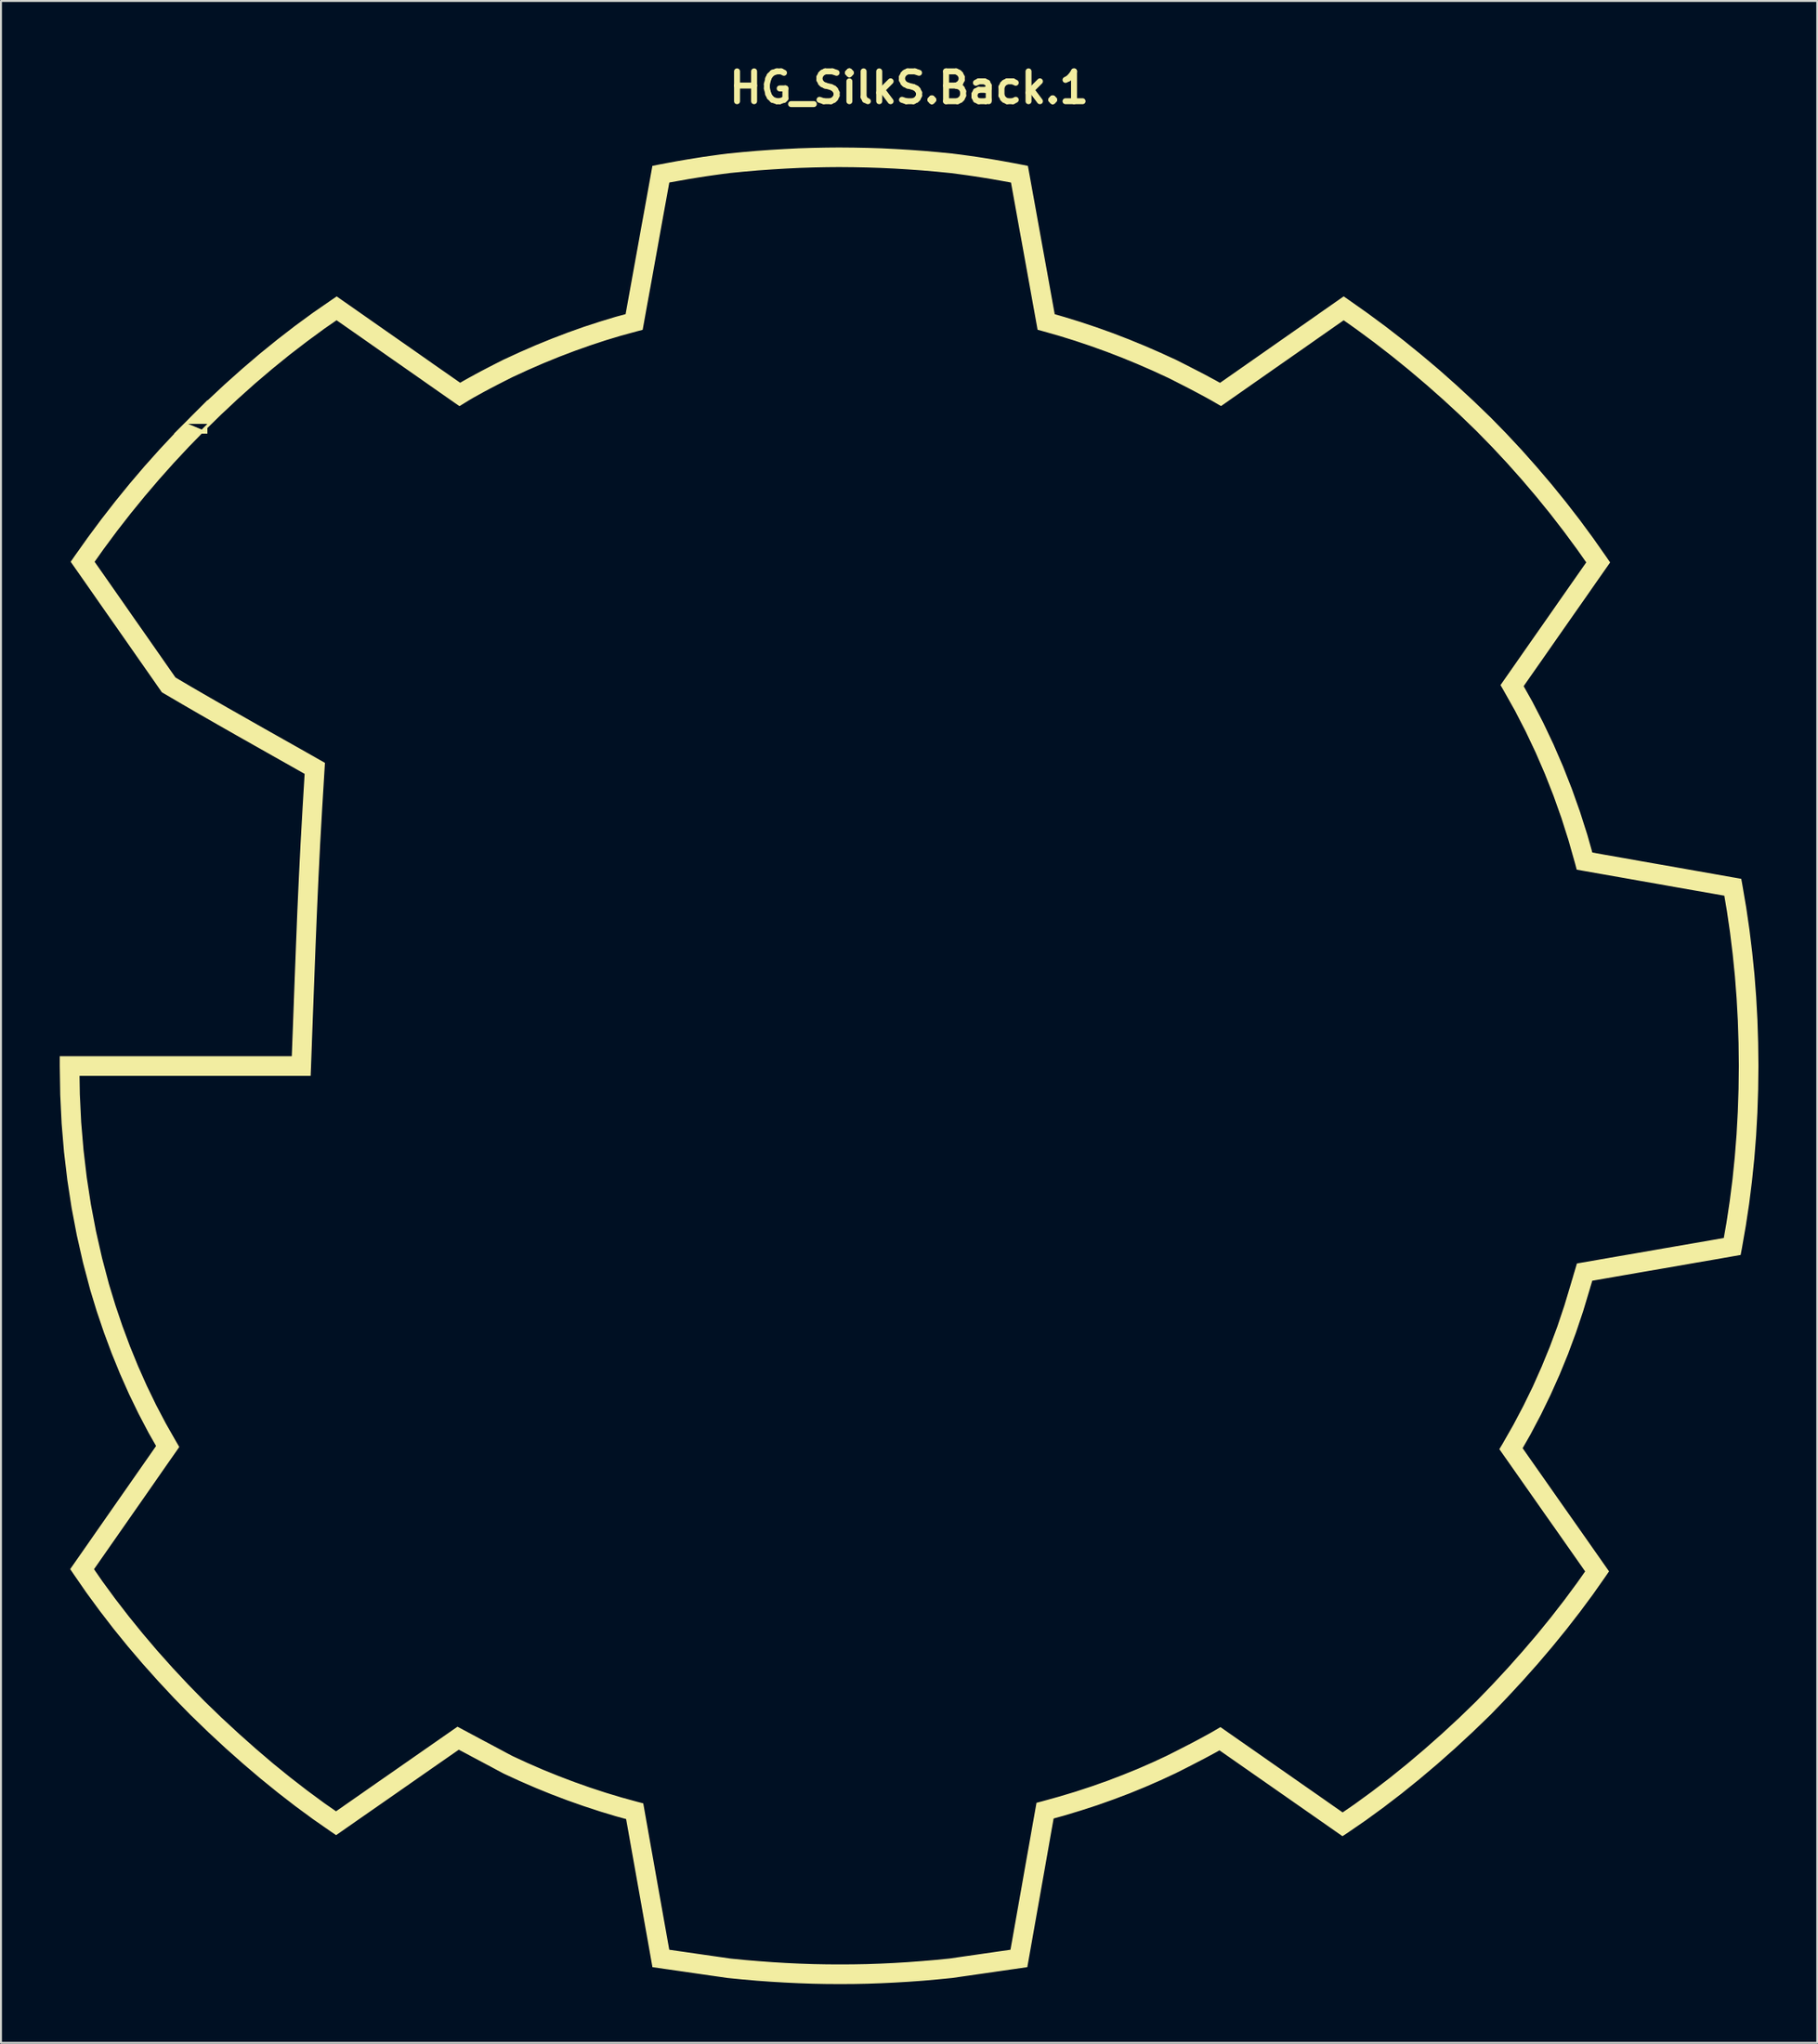
<source format=kicad_pcb>
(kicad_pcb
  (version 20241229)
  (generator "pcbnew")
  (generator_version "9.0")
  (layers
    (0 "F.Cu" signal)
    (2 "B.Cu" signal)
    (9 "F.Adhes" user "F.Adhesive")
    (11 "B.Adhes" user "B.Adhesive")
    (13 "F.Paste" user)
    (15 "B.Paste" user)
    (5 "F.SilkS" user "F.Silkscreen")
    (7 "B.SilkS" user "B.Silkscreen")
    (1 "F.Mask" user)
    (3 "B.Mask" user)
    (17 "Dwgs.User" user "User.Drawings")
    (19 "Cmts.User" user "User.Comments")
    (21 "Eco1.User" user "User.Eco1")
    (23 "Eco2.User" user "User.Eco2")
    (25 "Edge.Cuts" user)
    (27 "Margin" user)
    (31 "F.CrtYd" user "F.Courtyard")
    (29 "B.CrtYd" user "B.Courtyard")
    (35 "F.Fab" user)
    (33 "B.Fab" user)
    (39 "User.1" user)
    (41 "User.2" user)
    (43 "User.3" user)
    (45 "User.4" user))
  (footprint "HG_SilkS.Back.1"
    (layer "F.Cu")
    (at 43.348 51.326)
    (property "Reference" "HG_SilkS.Back.1" (at 0 -49.9 0) (layer "F.SilkS") (effects (font (size 1.524 1.524) (thickness 0.305))))
    (attr smd)
    (fp_poly (pts (xy -3.52 -46.851) (xy -3.52 -45.852) (xy -4.203 -45.846) (xy -4.893 -45.832) (xy -5.588 -45.809) (xy -6.287 -45.775) (xy -6.992 -45.732) (xy -7.703 -45.682) (xy -8.42 -45.619) (xy -9.141 -45.549) (xy -9.535 -45.498) (xy -9.945 -45.441) (xy -10.363 -45.381) (xy -10.791 -45.314) (xy -11.225 -45.244) (xy -11.666 -45.166) (xy -12.117 -45.086) (xy -12.238 -45.063) (xy -12.348 -44.457) (xy -12.52 -43.516) (xy -12.69 -42.574) (xy -12.859 -41.631) (xy -13.029 -40.689) (xy -13.199 -39.746) (xy -13.371 -38.805) (xy -13.598 -37.549) (xy -13.906 -37.467) (xy -14.695 -37.252) (xy -15.484 -37.014) (xy -16.273 -36.754) (xy -17.066 -36.473) (xy -17.857 -36.172) (xy -18.652 -35.848) (xy -19.447 -35.502) (xy -20.244 -35.135) (xy -20.635 -34.938) (xy -21.01 -34.746) (xy -21.356 -34.566) (xy -21.674 -34.397) (xy -21.965 -34.236) (xy -22.229 -34.09) (xy -22.463 -33.953) (xy -22.67 -33.826) (xy -22.949 -33.654) (xy -24.006 -34.391) (xy -24.791 -34.941) (xy -25.576 -35.49) (xy -26.363 -36.039) (xy -27.148 -36.588) (xy -27.934 -37.139) (xy -28.721 -37.688) (xy -29.221 -38.037) (xy -29.844 -37.606) (xy -30.738 -36.949) (xy -31.627 -36.266) (xy -32.508 -35.551) (xy -33.383 -34.807) (xy -34.248 -34.033) (xy -35.107 -33.229) (xy -35.813 -32.539) (xy -35.813 -32.25) (xy -36.106 -32.25) (xy -36.748 -31.592) (xy -37.52 -30.766) (xy -38.273 -29.922) (xy -39.008 -29.061) (xy -39.727 -28.18) (xy -40.426 -27.283) (xy -41.107 -26.365) (xy -41.57 -25.713) (xy -41.221 -25.217) (xy -40.672 -24.432) (xy -40.123 -23.647) (xy -39.574 -22.859) (xy -39.023 -22.074) (xy -38.475 -21.289) (xy -37.926 -20.502) (xy -37.441 -19.809) (xy -36.617 -19.324) (xy -35.693 -18.789) (xy -34.766 -18.258) (xy -33.83 -17.727) (xy -32.893 -17.195) (xy -31.955 -16.666) (xy -31.02 -16.139) (xy -30.086 -15.609) (xy -29.813 -15.455) (xy -29.832 -15.143) (xy -29.955 -13.139) (xy -30.059 -11.303) (xy -30.145 -9.568) (xy -30.221 -7.865) (xy -30.293 -6.121) (xy -30.363 -4.272) (xy -30.44 -2.242) (xy -30.523 0.031) (xy -30.543 0.512) (xy -32.502 0.512) (xy -33.981 0.512) (xy -35.457 0.512) (xy -36.936 0.512) (xy -38.414 0.512) (xy -39.893 0.512) (xy -41.371 0.512) (xy -42.34 0.512) (xy -42.324 1.455) (xy -42.254 2.883) (xy -42.135 4.297) (xy -41.971 5.695) (xy -41.758 7.078) (xy -41.498 8.447) (xy -41.191 9.801) (xy -40.838 11.137) (xy -40.508 12.219) (xy -40.15 13.277) (xy -39.764 14.314) (xy -39.35 15.328) (xy -38.908 16.322) (xy -38.438 17.293) (xy -37.938 18.244) (xy -37.41 19.172) (xy -37.248 19.449) (xy -37.979 20.494) (xy -38.523 21.277) (xy -39.068 22.059) (xy -39.615 22.842) (xy -40.16 23.623) (xy -40.707 24.406) (xy -41.252 25.187) (xy -41.6 25.685) (xy -41.168 26.309) (xy -40.512 27.203) (xy -39.826 28.092) (xy -39.111 28.973) (xy -38.367 29.848) (xy -37.594 30.713) (xy -36.791 31.572) (xy -35.961 32.42) (xy -35.086 33.266) (xy -34.209 34.076) (xy -33.334 34.853) (xy -32.461 35.598) (xy -31.586 36.307) (xy -30.713 36.982) (xy -29.84 37.625) (xy -29.248 38.037) (xy -28.754 37.693) (xy -27.975 37.15) (xy -27.197 36.607) (xy -26.418 36.066) (xy -25.639 35.523) (xy -24.859 34.98) (xy -24.082 34.439) (xy -23.051 33.721) (xy -22.461 34.035) (xy -22.143 34.205) (xy -21.822 34.377) (xy -21.502 34.547) (xy -21.182 34.717) (xy -20.863 34.887) (xy -20.543 35.059) (xy -20.244 35.217) (xy -19.459 35.579) (xy -18.672 35.921) (xy -17.881 36.241) (xy -17.088 36.542) (xy -16.289 36.825) (xy -15.488 37.087) (xy -14.686 37.329) (xy -13.877 37.551) (xy -13.568 37.632) (xy -13.346 38.885) (xy -13.18 39.825) (xy -13.012 40.762) (xy -12.846 41.702) (xy -12.678 42.641) (xy -12.512 43.579) (xy -12.344 44.518) (xy -12.24 45.1) (xy -12.164 45.112) (xy -11.729 45.175) (xy -11.295 45.237) (xy -10.859 45.3) (xy -10.426 45.362) (xy -9.99 45.425) (xy -9.557 45.487) (xy -9.121 45.55) (xy -8.42 45.62) (xy -7.703 45.68) (xy -6.992 45.733) (xy -6.287 45.776) (xy -5.588 45.809) (xy -5.586 45.809) (xy -4.893 45.833) (xy -4.203 45.846) (xy -3.52 45.85) (xy -2.842 45.846) (xy -2.158 45.833) (xy -2.156 45.833) (xy -1.469 45.809) (xy -1.467 45.809) (xy -0.771 45.776) (xy -0.068 45.733) (xy 0.639 45.68) (xy 1.354 45.62) (xy 2.074 45.548) (xy 2.49 45.487) (xy 2.926 45.424) (xy 3.359 45.362) (xy 3.795 45.299) (xy 4.229 45.237) (xy 4.664 45.174) (xy 5.098 45.112) (xy 5.174 45.1) (xy 5.279 44.514) (xy 5.445 43.573) (xy 5.613 42.63) (xy 5.779 41.688) (xy 5.945 40.745) (xy 6.113 39.803) (xy 6.279 38.862) (xy 6.502 37.604) (xy 6.811 37.522) (xy 7.654 37.288) (xy 8.486 37.038) (xy 9.303 36.77) (xy 10.106 36.487) (xy 10.893 36.186) (xy 11.668 35.872) (xy 12.428 35.54) (xy 13.176 35.192) (xy 13.168 35.194) (xy 13.57 34.993) (xy 13.945 34.801) (xy 14.291 34.624) (xy 14.293 34.624) (xy 14.611 34.456) (xy 14.904 34.3) (xy 15.168 34.155) (xy 15.17 34.155) (xy 15.406 34.024) (xy 15.615 33.903) (xy 15.891 33.741) (xy 16.936 34.471) (xy 17.719 35.016) (xy 18.5 35.563) (xy 19.283 36.108) (xy 20.065 36.655) (xy 20.848 37.2) (xy 21.629 37.747) (xy 22.127 38.094) (xy 22.74 37.673) (xy 23.631 37.024) (xy 24.522 36.342) (xy 25.41 35.626) (xy 26.297 34.876) (xy 27.184 34.092) (xy 28.069 33.274) (xy 28.945 32.426) (xy 29.772 31.571) (xy 30.569 30.712) (xy 31.332 29.852) (xy 32.069 28.989) (xy 32.772 28.124) (xy 33.445 27.257) (xy 34.09 26.385) (xy 34.504 25.798) (xy 34.156 25.301) (xy 33.608 24.52) (xy 33.059 23.737) (xy 32.508 22.956) (xy 31.959 22.173) (xy 31.41 21.391) (xy 30.861 20.608) (xy 30.125 19.561) (xy 30.291 19.284) (xy 30.836 18.329) (xy 31.35 17.356) (xy 31.834 16.366) (xy 32.283 15.356) (xy 32.703 14.331) (xy 33.092 13.286) (xy 33.447 12.223) (xy 33.772 11.141) (xy 33.774 11.137) (xy 33.801 11.042) (xy 33.828 10.948) (xy 33.858 10.854) (xy 33.885 10.761) (xy 33.912 10.665) (xy 33.94 10.571) (xy 33.969 10.477) (xy 34.084 10.087) (xy 35.332 9.87) (xy 36.274 9.706) (xy 37.217 9.544) (xy 38.158 9.38) (xy 39.102 9.216) (xy 40.043 9.054) (xy 40.985 8.89) (xy 41.58 8.786) (xy 41.715 8.02) (xy 41.883 6.907) (xy 42.026 5.782) (xy 42.141 4.647) (xy 42.231 3.503) (xy 42.295 2.348) (xy 42.334 1.186) (xy 42.348 0.012) (xy 42.348 0.008) (xy 42.348 0.006) (xy 42.348 0.002) (xy 42.348 0.000395) (xy 42.348 -0.004) (xy 42.348 -0.006) (xy 42.348 -0.01) (xy 42.348 -0.012) (xy 42.334 -1.16) (xy 42.297 -2.301) (xy 42.234 -3.435) (xy 42.148 -4.564) (xy 42.035 -5.687) (xy 41.898 -6.805) (xy 41.736 -7.914) (xy 41.607 -8.678) (xy 41.008 -8.783) (xy 40.062 -8.949) (xy 39.117 -9.115) (xy 38.172 -9.283) (xy 37.225 -9.449) (xy 36.279 -9.617) (xy 35.334 -9.783) (xy 34.074 -10.005) (xy 33.992 -10.314) (xy 33.658 -11.492) (xy 33.291 -12.648) (xy 32.887 -13.783) (xy 32.449 -14.896) (xy 31.975 -15.99) (xy 31.467 -17.062) (xy 30.924 -18.115) (xy 30.344 -19.146) (xy 30.184 -19.423) (xy 30.916 -20.47) (xy 31.465 -21.257) (xy 32.014 -22.042) (xy 32.564 -22.827) (xy 33.113 -23.615) (xy 33.662 -24.4) (xy 34.211 -25.185) (xy 34.56 -25.683) (xy 34.101 -26.335) (xy 33.424 -27.253) (xy 32.728 -28.154) (xy 32.012 -29.036) (xy 31.275 -29.902) (xy 30.519 -30.751) (xy 29.744 -31.581) (xy 28.951 -32.392) (xy 28.949 -32.394) (xy 28.947 -32.396) (xy 28.111 -33.203) (xy 27.26 -33.988) (xy 26.396 -34.751) (xy 25.519 -35.494) (xy 24.633 -36.212) (xy 23.732 -36.91) (xy 22.82 -37.583) (xy 22.18 -38.035) (xy 21.681 -37.687) (xy 20.896 -37.138) (xy 20.111 -36.587) (xy 19.324 -36.038) (xy 18.539 -35.49) (xy 17.754 -34.941) (xy 16.967 -34.39) (xy 15.92 -33.658) (xy 15.642 -33.82) (xy 15.433 -33.941) (xy 15.197 -34.072) (xy 14.931 -34.216) (xy 14.639 -34.372) (xy 14.32 -34.54) (xy 13.972 -34.718) (xy 13.597 -34.91) (xy 13.205 -35.107) (xy 13.195 -35.111) (xy 12.422 -35.468) (xy 11.635 -35.81) (xy 10.846 -36.134) (xy 10.054 -36.439) (xy 10.052 -36.439) (xy 9.26 -36.724) (xy 8.463 -36.992) (xy 7.664 -37.24) (xy 6.863 -37.468) (xy 6.558 -37.552) (xy 6.332 -38.804) (xy 6.162 -39.746) (xy 5.992 -40.689) (xy 5.822 -41.63) (xy 5.65 -42.574) (xy 5.48 -43.515) (xy 5.31 -44.457) (xy 5.201 -45.062) (xy 5.078 -45.085) (xy 4.629 -45.166) (xy 4.185 -45.244) (xy 3.752 -45.314) (xy 3.326 -45.38) (xy 2.908 -45.441) (xy 2.498 -45.497) (xy 2.103 -45.548) (xy 1.381 -45.619) (xy 0.666 -45.681) (xy -0.045 -45.732) (xy -0.75 -45.775) (xy -1.451 -45.808) (xy -2.145 -45.831) (xy -2.834 -45.845) (xy -3.52 -45.851) (xy -3.52 -45.852) (xy -3.52 -46.851) (xy -2.822 -46.845) (xy -2.82 -46.845) (xy -2.119 -46.831) (xy -2.117 -46.831) (xy -1.408 -46.808) (xy -0.697 -46.773) (xy 0.022 -46.73) (xy 0.744 -46.677) (xy 0.746 -46.677) (xy 1.473 -46.614) (xy 1.475 -46.614) (xy 2.207 -46.542) (xy 2.211 -46.542) (xy 2.215 -46.54) (xy 2.627 -46.489) (xy 3.047 -46.431) (xy 3.475 -46.37) (xy 3.91 -46.302) (xy 4.354 -46.229) (xy 4.803 -46.151) (xy 5.262 -46.067) (xy 5.727 -45.979) (xy 6.063 -45.913) (xy 6.295 -44.634) (xy 6.465 -43.692) (xy 6.635 -42.751) (xy 6.805 -41.808) (xy 6.977 -40.866) (xy 7.147 -39.923) (xy 7.317 -38.981) (xy 7.432 -38.345) (xy 7.949 -38.196) (xy 8.77 -37.942) (xy 9.588 -37.669) (xy 10.402 -37.376) (xy 11.215 -37.063) (xy 12.024 -36.731) (xy 12.83 -36.38) (xy 13.635 -36.011) (xy 13.639 -36.007) (xy 13.643 -36.005) (xy 14.049 -35.802) (xy 14.428 -35.608) (xy 14.781 -35.427) (xy 15.108 -35.257) (xy 15.406 -35.096) (xy 15.68 -34.948) (xy 15.869 -34.843) (xy 16.395 -35.21) (xy 17.18 -35.759) (xy 17.967 -36.309) (xy 18.752 -36.858) (xy 19.537 -37.407) (xy 20.324 -37.956) (xy 21.109 -38.507) (xy 22.18 -39.255) (xy 22.465 -39.057) (xy 23.406 -38.393) (xy 24.336 -37.706) (xy 25.254 -36.995) (xy 26.158 -36.262) (xy 27.051 -35.509) (xy 27.93 -34.729) (xy 28.797 -33.928) (xy 29.652 -33.104) (xy 29.654 -33.104) (xy 29.656 -33.102) (xy 30.467 -32.272) (xy 31.258 -31.425) (xy 32.029 -30.557) (xy 32.781 -29.675) (xy 33.512 -28.774) (xy 34.223 -27.856) (xy 34.912 -26.921) (xy 35.582 -25.967) (xy 35.779 -25.68) (xy 35.031 -24.612) (xy 34.483 -23.825) (xy 33.932 -23.04) (xy 33.383 -22.255) (xy 32.834 -21.469) (xy 32.285 -20.682) (xy 31.735 -19.897) (xy 31.365 -19.368) (xy 31.803 -18.589) (xy 32.363 -17.507) (xy 32.887 -16.401) (xy 33.373 -15.278) (xy 33.824 -14.132) (xy 34.238 -12.966) (xy 34.617 -11.778) (xy 34.871 -10.88) (xy 35.508 -10.766) (xy 36.453 -10.6) (xy 37.399 -10.432) (xy 38.346 -10.266) (xy 39.291 -10.1) (xy 40.237 -9.932) (xy 41.182 -9.766) (xy 42.471 -9.538) (xy 42.533 -9.196) (xy 42.725 -8.069) (xy 42.889 -6.936) (xy 43.029 -5.798) (xy 43.145 -4.651) (xy 43.233 -3.501) (xy 43.297 -2.344) (xy 43.334 -1.18) (xy 43.348 -0.01) (xy 43.348 -0.008) (xy 43.348 -0.004) (xy 43.348 -0.002) (xy 43.348 0.002) (xy 43.348 0.004) (xy 43.348 0.008) (xy 43.348 0.01) (xy 43.348 0.014) (xy 43.334 1.209) (xy 43.295 2.394) (xy 43.229 3.572) (xy 43.137 4.738) (xy 43.018 5.896) (xy 42.873 7.045) (xy 42.701 8.183) (xy 42.504 9.312) (xy 34.927 10.762) (xy 34.898 10.856) (xy 34.871 10.949) (xy 34.927 10.762) (xy 34.927 10.762) (xy 42.504 9.312) (xy 42.44 9.652) (xy 41.156 9.877) (xy 40.215 10.039) (xy 39.272 10.203) (xy 38.33 10.367) (xy 37.387 10.529) (xy 36.445 10.693) (xy 35.502 10.857) (xy 34.867 10.967) (xy 34.844 11.045) (xy 34.817 11.138) (xy 34.787 11.232) (xy 34.76 11.326) (xy 34.733 11.42) (xy 34.401 12.525) (xy 34.033 13.619) (xy 33.635 14.695) (xy 33.203 15.752) (xy 32.738 16.791) (xy 32.242 17.81) (xy 31.713 18.812) (xy 31.313 19.511) (xy 31.68 20.035) (xy 32.229 20.816) (xy 32.778 21.599) (xy 33.326 22.381) (xy 33.877 23.164) (xy 34.426 23.945) (xy 34.975 24.728) (xy 35.723 25.795) (xy 35.528 26.08) (xy 34.901 26.972) (xy 34.242 27.861) (xy 33.555 28.746) (xy 32.836 29.629) (xy 32.088 30.509) (xy 31.309 31.384) (xy 30.498 32.259) (xy 29.658 33.131) (xy 29.656 33.133) (xy 29.652 33.135) (xy 28.754 34.002) (xy 27.854 34.834) (xy 26.951 35.633) (xy 26.045 36.398) (xy 25.139 37.129) (xy 24.229 37.826) (xy 23.319 38.49) (xy 22.404 39.119) (xy 22.119 39.308) (xy 21.057 38.566) (xy 20.276 38.021) (xy 19.492 37.474) (xy 18.711 36.929) (xy 17.928 36.383) (xy 17.147 35.838) (xy 16.363 35.291) (xy 15.842 34.927) (xy 15.652 35.033) (xy 15.379 35.181) (xy 15.078 35.342) (xy 14.752 35.511) (xy 14.401 35.693) (xy 14.022 35.886) (xy 13.615 36.09) (xy 13.611 36.092) (xy 13.609 36.094) (xy 12.84 36.451) (xy 12.057 36.793) (xy 11.26 37.119) (xy 10.449 37.426) (xy 9.625 37.719) (xy 8.785 37.992) (xy 7.934 38.25) (xy 7.377 38.404) (xy 7.264 39.037) (xy 7.098 39.978) (xy 6.932 40.922) (xy 6.764 41.863) (xy 6.598 42.806) (xy 6.43 43.748) (xy 6.264 44.691) (xy 6.033 45.988) (xy 5.24 46.103) (xy 4.807 46.166) (xy 4.371 46.228) (xy 3.938 46.291) (xy 3.502 46.353) (xy 3.068 46.416) (xy 2.633 46.478) (xy 2.19 46.543) (xy 2.18 46.543) (xy 1.445 46.615) (xy 0.719 46.68) (xy -0.002 46.732) (xy -0.717 46.775) (xy -1.426 46.809) (xy -2.131 46.834) (xy -2.828 46.848) (xy -3.519 46.852) (xy -4.217 46.848) (xy -4.92 46.834) (xy -5.627 46.809) (xy -6.342 46.775) (xy -7.059 46.732) (xy -7.783 46.68) (xy -8.512 46.615) (xy -9.246 46.543) (xy -9.254 46.543) (xy -9.699 46.478) (xy -10.133 46.416) (xy -10.568 46.353) (xy -11.002 46.291) (xy -11.437 46.228) (xy -11.871 46.166) (xy -12.307 46.103) (xy -13.1 45.988) (xy -13.328 44.693) (xy -13.496 43.756) (xy -13.662 42.816) (xy -13.83 41.879) (xy -13.996 40.939) (xy -14.164 40) (xy -14.33 39.062) (xy -14.443 38.433) (xy -14.963 38.291) (xy -15.789 38.041) (xy -16.611 37.771) (xy -17.432 37.482) (xy -18.246 37.174) (xy -19.059 36.844) (xy -19.867 36.494) (xy -20.672 36.123) (xy -20.682 36.119) (xy -21.014 35.943) (xy -21.332 35.771) (xy -21.652 35.601) (xy -21.973 35.431) (xy -22.293 35.261) (xy -22.611 35.09) (xy -22.932 34.92) (xy -22.982 34.894) (xy -23.51 35.261) (xy -24.289 35.802) (xy -25.068 36.345) (xy -25.846 36.888) (xy -26.625 37.431) (xy -27.404 37.972) (xy -28.184 38.515) (xy -29.244 39.254) (xy -29.527 39.061) (xy -30.422 38.438) (xy -31.315 37.782) (xy -32.207 37.092) (xy -33.1 36.368) (xy -33.99 35.61) (xy -34.883 34.819) (xy -35.774 33.993) (xy -36.662 33.133) (xy -36.664 33.131) (xy -36.666 33.131) (xy -37.514 32.264) (xy -38.332 31.387) (xy -39.121 30.505) (xy -39.881 29.614) (xy -40.611 28.714) (xy -41.311 27.805) (xy -41.983 26.889) (xy -42.623 25.964) (xy -42.815 25.68) (xy -42.072 24.616) (xy -41.528 23.835) (xy -40.981 23.051) (xy -40.436 22.27) (xy -39.889 21.487) (xy -39.344 20.706) (xy -38.797 19.923) (xy -38.432 19.399) (xy -38.817 18.723) (xy -39.33 17.745) (xy -39.815 16.745) (xy -40.27 15.721) (xy -40.695 14.678) (xy -41.092 13.612) (xy -41.461 12.524) (xy -41.799 11.417) (xy -41.799 11.415) (xy -41.799 11.413) (xy -42.162 10.04) (xy -42.477 8.651) (xy -42.744 7.249) (xy -42.961 5.831) (xy -43.131 4.397) (xy -43.252 2.95) (xy -43.324 1.489) (xy -43.348 0.012) (xy -43.348 -0.488) (xy -41.371 -0.488) (xy -39.893 -0.488) (xy -38.414 -0.488) (xy -36.936 -0.488) (xy -35.457 -0.488) (xy -33.981 -0.488) (xy -32.502 -0.488) (xy -31.506 -0.488) (xy -31.438 -2.279) (xy -31.363 -4.308) (xy -31.291 -6.16) (xy -31.221 -7.906) (xy -31.143 -9.615) (xy -31.057 -11.355) (xy -30.953 -13.197) (xy -30.85 -14.892) (xy -31.512 -15.267) (xy -32.447 -15.794) (xy -33.385 -16.324) (xy -34.324 -16.855) (xy -35.26 -17.388) (xy -36.194 -17.923) (xy -37.121 -18.46) (xy -38.041 -18.999) (xy -38.135 -19.054) (xy -38.746 -19.929) (xy -39.295 -20.714) (xy -39.844 -21.501) (xy -40.393 -22.287) (xy -40.944 -23.072) (xy -41.492 -23.857) (xy -42.041 -24.644) (xy -42.791 -25.714) (xy -36.799 -32.75) (xy -36.102 -32.461) (xy -35.815 -32.748) (xy -36.799 -32.75) (xy -36.799 -32.75) (xy -42.791 -25.714) (xy -42.592 -26.001) (xy -41.916 -26.953) (xy -41.221 -27.888) (xy -40.508 -28.804) (xy -39.778 -29.701) (xy -39.028 -30.58) (xy -38.258 -31.441) (xy -37.502 -32.249) (xy -37.52 -32.249) (xy -36.826 -32.943) (xy -36.666 -33.107) (xy -35.805 -33.966) (xy -35.805 -33.945) (xy -35.799 -33.951) (xy -34.924 -34.769) (xy -34.039 -35.558) (xy -33.149 -36.318) (xy -32.248 -37.048) (xy -31.34 -37.75) (xy -30.424 -38.42) (xy -29.498 -39.06) (xy -29.215 -39.253) (xy -28.147 -38.507) (xy -27.361 -37.957) (xy -26.576 -37.408) (xy -25.789 -36.859) (xy -25.004 -36.31) (xy -24.219 -35.759) (xy -23.432 -35.211) (xy -22.912 -34.847) (xy -22.725 -34.957) (xy -22.449 -35.111) (xy -22.149 -35.275) (xy -21.822 -35.451) (xy -21.469 -35.634) (xy -21.088 -35.83) (xy -20.682 -36.035) (xy -20.676 -36.037) (xy -20.672 -36.039) (xy -19.856 -36.414) (xy -19.041 -36.769) (xy -18.225 -37.101) (xy -17.41 -37.412) (xy -16.598 -37.701) (xy -15.783 -37.966) (xy -14.971 -38.213) (xy -14.469 -38.349) (xy -14.354 -38.982) (xy -14.184 -39.924) (xy -14.014 -40.867) (xy -13.844 -41.808) (xy -13.674 -42.752) (xy -13.502 -43.693) (xy -13.332 -44.634) (xy -13.102 -45.914) (xy -12.766 -45.98) (xy -12.299 -46.068) (xy -11.842 -46.152) (xy -11.391 -46.23) (xy -10.947 -46.302) (xy -10.514 -46.371) (xy -10.086 -46.431) (xy -9.666 -46.49) (xy -9.252 -46.541) (xy -9.25 -46.543) (xy -9.246 -46.543) (xy -8.512 -46.615) (xy -7.783 -46.678) (xy -7.059 -46.73) (xy -6.342 -46.773) (xy -5.629 -46.809) (xy -4.92 -46.832) (xy -4.217 -46.846) (xy -3.52 -46.852) (xy -3.52 -46.851)) (stroke (width 0) (type solid)) (fill yes) (layer "F.SilkS")))
  (gr_rect
    (start -3 -3)
    (end 89.696 101.178)
    (stroke (width 0.1) (type default))
    (fill no)
    (layer "Edge.Cuts")))
</source>
